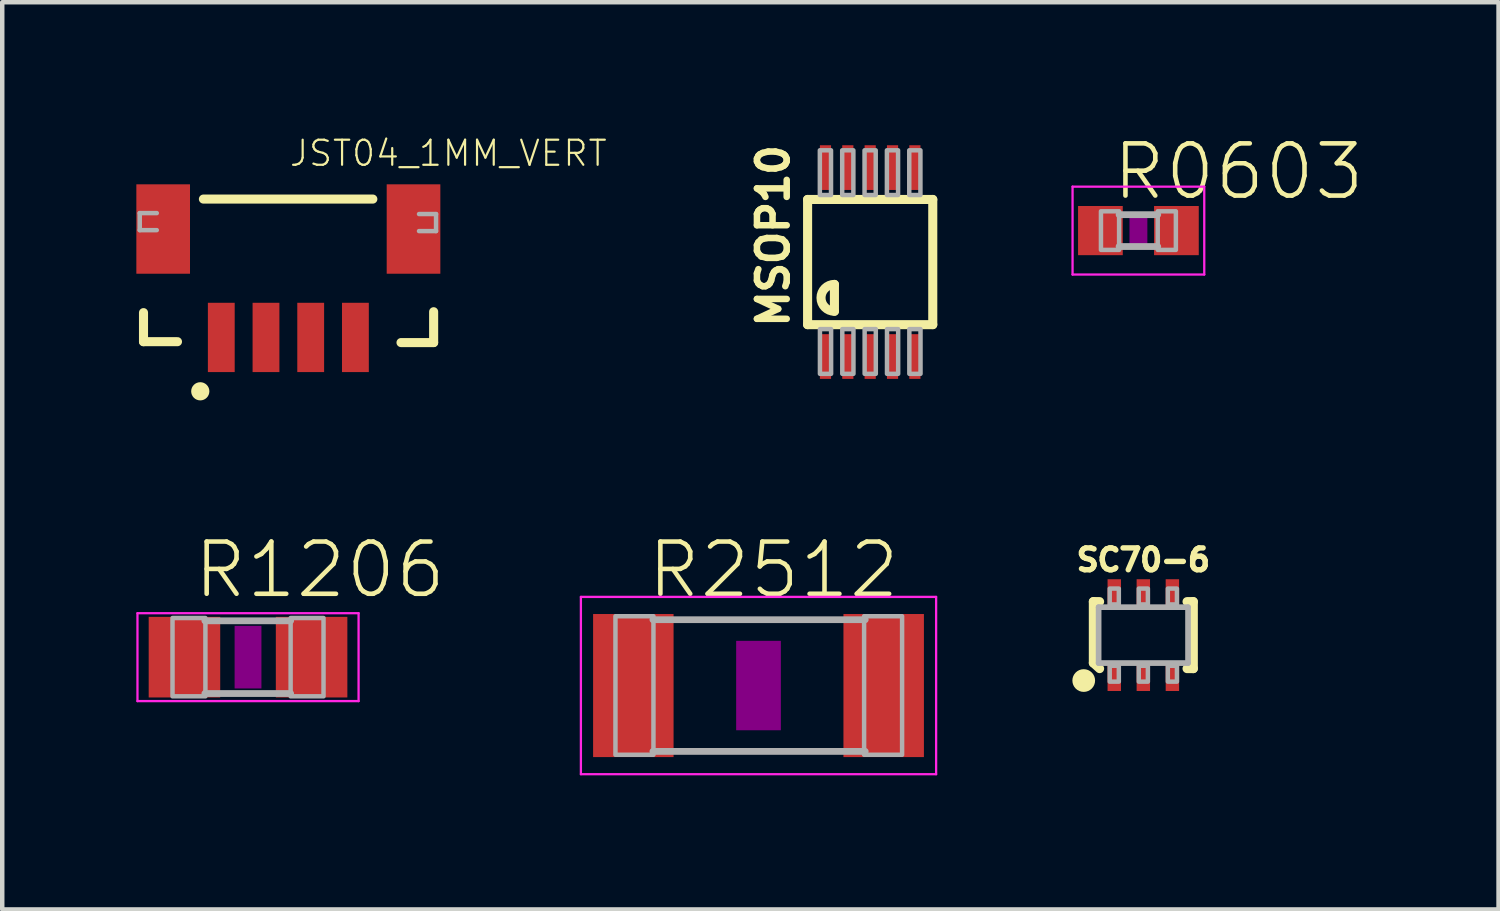
<source format=kicad_pcb>
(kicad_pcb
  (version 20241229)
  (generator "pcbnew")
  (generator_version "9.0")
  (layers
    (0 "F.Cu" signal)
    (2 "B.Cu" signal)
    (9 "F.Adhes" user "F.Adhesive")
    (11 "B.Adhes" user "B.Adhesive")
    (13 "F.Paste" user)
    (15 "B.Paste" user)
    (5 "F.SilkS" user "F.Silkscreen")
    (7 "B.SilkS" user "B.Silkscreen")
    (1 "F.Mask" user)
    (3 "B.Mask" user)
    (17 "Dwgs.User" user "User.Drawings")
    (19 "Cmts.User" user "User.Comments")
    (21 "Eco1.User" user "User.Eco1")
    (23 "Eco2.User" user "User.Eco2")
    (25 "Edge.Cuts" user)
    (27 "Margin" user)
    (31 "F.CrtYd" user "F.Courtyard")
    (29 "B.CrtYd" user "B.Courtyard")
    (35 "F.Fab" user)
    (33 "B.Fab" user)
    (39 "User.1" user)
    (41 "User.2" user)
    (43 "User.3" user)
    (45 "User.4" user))
  (footprint "R2512"
    (layer "F.Cu")
    (at 13.917 12.285)
    (property "Reference" "R2512" (at -2.54 -1.905 0) (layer "F.SilkS") (effects (font (size 1.168 1.168) (thickness 0.102)) (justify left bottom)))
    (attr smd)
    (fp_poly (pts (xy -0.5 1) (xy 0.5 1) (xy 0.5 -1) (xy -0.5 -1)) (stroke (width 0) (type default)) (fill yes) (layer "F.Adhes"))
    (fp_line (start -3.973 -1.983) (end 3.973 -1.983) (stroke (width 0.051) (type solid)) (layer "F.CrtYd"))
    (fp_line (start -3.973 1.983) (end -3.973 -1.983) (stroke (width 0.051) (type solid)) (layer "F.CrtYd"))
    (fp_line (start 3.973 -1.983) (end 3.973 1.983) (stroke (width 0.051) (type solid)) (layer "F.CrtYd"))
    (fp_line (start 3.973 1.983) (end -3.973 1.983) (stroke (width 0.051) (type solid)) (layer "F.CrtYd"))
    (fp_line (start -2.362 -1.473) (end 2.387 -1.473) (stroke (width 0.152) (type solid)) (layer "F.Fab"))
    (fp_line (start -2.362 1.473) (end 2.387 1.473) (stroke (width 0.152) (type solid)) (layer "F.Fab"))
    (fp_poly (pts (xy -3.2 1.549) (xy -2.35 1.549) (xy -2.35 -1.551) (xy -3.2 -1.551)) (stroke (width 0.1) (type default)) (fill no) (layer "F.Fab"))
    (fp_poly (pts (xy 2.362 1.549) (xy 3.212 1.549) (xy 3.212 -1.551) (xy 2.362 -1.551)) (stroke (width 0.1) (type default)) (fill no) (layer "F.Fab"))
    (pad "1" smd rect (at -2.8 0) (size 1.8 3.2) (layers "F.Cu" "F.Mask" "F.Paste"))
    (pad "2" smd rect (at 2.8 0) (size 1.8 3.2) (layers "F.Cu" "F.Mask" "F.Paste")))
  (footprint "MSOP10"
    (layer "F.Cu")
    (at 16.415 2.812)
    (property "Reference" "MSOP10" (at -1.778 1.524 90) (layer "F.SilkS") (effects (font (size 0.666 0.666) (thickness 0.146)) (justify left bottom)))
    (attr smd)
    (fp_line (start -1.4 -1.4) (end 1.4 -1.4) (stroke (width 0.203) (type solid)) (layer "F.SilkS"))
    (fp_line (start -1.4 1.4) (end -1.4 -1.4) (stroke (width 0.203) (type solid)) (layer "F.SilkS"))
    (fp_line (start -0.8 0.5) (end -0.8 1.1) (stroke (width 0.203) (type solid)) (layer "F.SilkS"))
    (fp_line (start 1.4 -1.4) (end 1.4 1.4) (stroke (width 0.203) (type solid)) (layer "F.SilkS"))
    (fp_line (start 1.4 1.4) (end -1.4 1.4) (stroke (width 0.203) (type solid)) (layer "F.SilkS"))
    (fp_arc (start -0.8 1.1) (mid -1.1 0.8) (end -0.8 0.5) (stroke (width 0.2032) (type solid)) (layer "F.SilkS"))
    (fp_poly (pts (xy -1.124 2.5) (xy -0.874 2.5) (xy -0.874 1.5) (xy -1.124 1.5)) (stroke (width 0.1) (type default)) (fill no) (layer "F.Fab"))
    (fp_poly (pts (xy -0.876 -2.5) (xy -1.126 -2.5) (xy -1.126 -1.5) (xy -0.876 -1.5)) (stroke (width 0.1) (type default)) (fill no) (layer "F.Fab"))
    (fp_poly (pts (xy -0.624 2.5) (xy -0.374 2.5) (xy -0.374 1.5) (xy -0.624 1.5)) (stroke (width 0.1) (type default)) (fill no) (layer "F.Fab"))
    (fp_poly (pts (xy -0.376 -2.5) (xy -0.626 -2.5) (xy -0.626 -1.5) (xy -0.376 -1.5)) (stroke (width 0.1) (type default)) (fill no) (layer "F.Fab"))
    (fp_poly (pts (xy -0.124 2.5) (xy 0.126 2.5) (xy 0.126 1.5) (xy -0.124 1.5)) (stroke (width 0.1) (type default)) (fill no) (layer "F.Fab"))
    (fp_poly (pts (xy 0.124 -2.5) (xy -0.126 -2.5) (xy -0.126 -1.5) (xy 0.124 -1.5)) (stroke (width 0.1) (type default)) (fill no) (layer "F.Fab"))
    (fp_poly (pts (xy 0.376 2.5) (xy 0.626 2.5) (xy 0.626 1.5) (xy 0.376 1.5)) (stroke (width 0.1) (type default)) (fill no) (layer "F.Fab"))
    (fp_poly (pts (xy 0.624 -2.5) (xy 0.374 -2.5) (xy 0.374 -1.5) (xy 0.624 -1.5)) (stroke (width 0.1) (type default)) (fill no) (layer "F.Fab"))
    (fp_poly (pts (xy 0.876 2.5) (xy 1.126 2.5) (xy 1.126 1.5) (xy 0.876 1.5)) (stroke (width 0.1) (type default)) (fill no) (layer "F.Fab"))
    (fp_poly (pts (xy 1.124 -2.5) (xy 0.874 -2.5) (xy 0.874 -1.5) (xy 1.124 -1.5)) (stroke (width 0.1) (type default)) (fill no) (layer "F.Fab"))
    (pad "1" smd rect (at -1 2.113) (size 0.25 1) (layers "F.Cu" "F.Mask" "F.Paste"))
    (pad "2" smd rect (at -0.5 2.113) (size 0.25 1) (layers "F.Cu" "F.Mask" "F.Paste"))
    (pad "3" smd rect (at 0 2.113) (size 0.25 1) (layers "F.Cu" "F.Mask" "F.Paste"))
    (pad "4" smd rect (at 0.5 2.113) (size 0.25 1) (layers "F.Cu" "F.Mask" "F.Paste"))
    (pad "5" smd rect (at 1 2.113) (size 0.25 1) (layers "F.Cu" "F.Mask" "F.Paste"))
    (pad "6" smd rect (at 1 -2.113 180) (size 0.25 1) (layers "F.Cu" "F.Mask" "F.Paste"))
    (pad "7" smd rect (at 0.5 -2.113 180) (size 0.25 1) (layers "F.Cu" "F.Mask" "F.Paste"))
    (pad "8" smd rect (at 0 -2.113 180) (size 0.25 1) (layers "F.Cu" "F.Mask" "F.Paste"))
    (pad "9" smd rect (at -0.5 -2.113 180) (size 0.25 1) (layers "F.Cu" "F.Mask" "F.Paste"))
    (pad "10" smd rect (at -1 -2.113 180) (size 0.25 1) (layers "F.Cu" "F.Mask" "F.Paste")))
  (footprint "SC70-6"
    (layer "F.Cu")
    (at 22.525 11.157)
    (property "Reference" "SC70-6" (at 0 -1.397 0) (layer "F.SilkS") (effects (font (size 0.488 0.488) (thickness 0.122)) (justify bottom)))
    (attr smd)
    (fp_line (start -1.118 -0.749) (end -1.118 0.622) (stroke (width 0.203) (type solid)) (layer "F.SilkS"))
    (fp_line (start -1.118 0.622) (end -0.978 0.749) (stroke (width 0.203) (type solid)) (layer "F.SilkS"))
    (fp_line (start -0.978 -0.749) (end -1.118 -0.749) (stroke (width 0.203) (type solid)) (layer "F.SilkS"))
    (fp_line (start 0.978 0.749) (end 1.118 0.749) (stroke (width 0.203) (type solid)) (layer "F.SilkS"))
    (fp_line (start 1.118 -0.749) (end 0.978 -0.749) (stroke (width 0.203) (type solid)) (layer "F.SilkS"))
    (fp_line (start 1.118 0.749) (end 1.118 -0.749) (stroke (width 0.203) (type solid)) (layer "F.SilkS"))
    (fp_circle (center -1.333 1.016) (end -1.206 1.016) (stroke (width 0.254) (type solid)) (fill yes) (layer "F.SilkS"))
    (fp_line (start -1 -0.625) (end -1 0.625) (stroke (width 0.127) (type solid)) (layer "F.Fab"))
    (fp_line (start -1 0.625) (end 1 0.625) (stroke (width 0.127) (type solid)) (layer "F.Fab"))
    (fp_line (start 1 -0.625) (end -1 -0.625) (stroke (width 0.127) (type solid)) (layer "F.Fab"))
    (fp_line (start 1 0.625) (end 1 -0.625) (stroke (width 0.127) (type solid)) (layer "F.Fab"))
    (fp_poly (pts (xy -0.752 -0.686) (xy -0.548 -0.686) (xy -0.548 -1.041) (xy -0.752 -1.041)) (stroke (width 0.1) (type default)) (fill no) (layer "F.Fab"))
    (fp_poly (pts (xy -0.752 1.041) (xy -0.548 1.041) (xy -0.548 0.686) (xy -0.752 0.686)) (stroke (width 0.1) (type default)) (fill no) (layer "F.Fab"))
    (fp_poly (pts (xy -0.102 -0.686) (xy 0.102 -0.686) (xy 0.102 -1.041) (xy -0.102 -1.041)) (stroke (width 0.1) (type default)) (fill no) (layer "F.Fab"))
    (fp_poly (pts (xy -0.102 1.041) (xy 0.102 1.041) (xy 0.102 0.686) (xy -0.102 0.686)) (stroke (width 0.1) (type default)) (fill no) (layer "F.Fab"))
    (fp_poly (pts (xy 0.548 -0.686) (xy 0.752 -0.686) (xy 0.752 -1.041) (xy 0.548 -1.041)) (stroke (width 0.1) (type default)) (fill no) (layer "F.Fab"))
    (fp_poly (pts (xy 0.548 1.041) (xy 0.752 1.041) (xy 0.752 0.686) (xy 0.548 0.686)) (stroke (width 0.1) (type default)) (fill no) (layer "F.Fab"))
    (pad "1" smd rect (at -0.65 0.92 180) (size 0.3 0.66) (layers "F.Cu" "F.Mask" "F.Paste"))
    (pad "2" smd rect (at 0 0.92 180) (size 0.3 0.66) (layers "F.Cu" "F.Mask" "F.Paste"))
    (pad "3" smd rect (at 0.65 0.92 180) (size 0.3 0.66) (layers "F.Cu" "F.Mask" "F.Paste"))
    (pad "4" smd rect (at 0.65 -0.92) (size 0.3 0.66) (layers "F.Cu" "F.Mask" "F.Paste"))
    (pad "5" smd rect (at 0 -0.92) (size 0.3 0.66) (layers "F.Cu" "F.Mask" "F.Paste"))
    (pad "6" smd rect (at -0.65 -0.92) (size 0.3 0.66) (layers "F.Cu" "F.Mask" "F.Paste")))
  (footprint "R1206"
    (layer "F.Cu")
    (at 2.498 11.65)
    (property "Reference" "R1206" (at -1.27 -1.27 0) (layer "F.SilkS") (effects (font (size 1.168 1.168) (thickness 0.102)) (justify left bottom)))
    (attr smd)
    (fp_poly (pts (xy -0.3 0.7) (xy 0.3 0.7) (xy 0.3 -0.7) (xy -0.3 -0.7)) (stroke (width 0) (type default)) (fill yes) (layer "F.Adhes"))
    (fp_line (start -2.473 -0.983) (end 2.473 -0.983) (stroke (width 0.051) (type solid)) (layer "F.CrtYd"))
    (fp_line (start -2.473 0.983) (end -2.473 -0.983) (stroke (width 0.051) (type solid)) (layer "F.CrtYd"))
    (fp_line (start 2.473 -0.983) (end 2.473 0.983) (stroke (width 0.051) (type solid)) (layer "F.CrtYd"))
    (fp_line (start 2.473 0.983) (end -2.473 0.983) (stroke (width 0.051) (type solid)) (layer "F.CrtYd"))
    (fp_line (start 0.953 -0.813) (end -0.965 -0.813) (stroke (width 0.152) (type solid)) (layer "F.Fab"))
    (fp_line (start 0.953 0.813) (end -0.965 0.813) (stroke (width 0.152) (type solid)) (layer "F.Fab"))
    (fp_poly (pts (xy -1.689 0.876) (xy -0.953 0.876) (xy -0.953 -0.876) (xy -1.689 -0.876)) (stroke (width 0.1) (type default)) (fill no) (layer "F.Fab"))
    (fp_poly (pts (xy 0.953 0.876) (xy 1.689 0.876) (xy 1.689 -0.876) (xy 0.953 -0.876)) (stroke (width 0.1) (type default)) (fill no) (layer "F.Fab"))
    (pad "1" smd rect (at -1.422 0) (size 1.6 1.803) (layers "F.Cu" "F.Mask" "F.Paste"))
    (pad "2" smd rect (at 1.422 0) (size 1.6 1.803) (layers "F.Cu" "F.Mask" "F.Paste")))
  (footprint "JST04_1MM_VERT"
    (layer "F.Cu")
    (at 3.378 5.273)
    (property "Reference" "JST04_1MM_VERT" (at 0.016 -4.566 0) (layer "F.SilkS") (effects (font (size 0.561 0.561) (thickness 0.049)) (justify left bottom)))
    (attr smd)
    (fp_line (start -3.218 -1.33) (end -3.218 -0.68) (stroke (width 0.203) (type solid)) (layer "F.SilkS"))
    (fp_line (start -3.218 -0.68) (end -2.458 -0.68) (stroke (width 0.203) (type solid)) (layer "F.SilkS"))
    (fp_line (start 1.912 -3.87) (end -1.878 -3.87) (stroke (width 0.203) (type solid)) (layer "F.SilkS"))
    (fp_line (start 3.272 -1.35) (end 3.272 -0.66) (stroke (width 0.203) (type solid)) (layer "F.SilkS"))
    (fp_line (start 3.272 -0.66) (end 2.542 -0.66) (stroke (width 0.203) (type solid)) (layer "F.SilkS"))
    (fp_circle (center -1.948 0.43) (end -1.846 0.43) (stroke (width 0.203) (type solid)) (fill yes) (layer "F.SilkS"))
    (fp_line (start -3.302 -3.556) (end -3.302 -3.175) (stroke (width 0.1) (type solid)) (layer "F.Fab"))
    (fp_line (start -3.302 -3.175) (end -2.921 -3.175) (stroke (width 0.1) (type solid)) (layer "F.Fab"))
    (fp_line (start -2.921 -3.556) (end -3.302 -3.556) (stroke (width 0.1) (type solid)) (layer "F.Fab"))
    (fp_line (start 2.945 -3.154) (end 3.326 -3.154) (stroke (width 0.1) (type solid)) (layer "F.Fab"))
    (fp_line (start 3.326 -3.535) (end 2.945 -3.535) (stroke (width 0.1) (type solid)) (layer "F.Fab"))
    (fp_line (start 3.326 -3.154) (end 3.326 -3.535) (stroke (width 0.1) (type solid)) (layer "F.Fab"))
    (pad "1" smd rect (at -1.478 -0.775) (size 0.6 1.55) (layers "F.Cu" "F.Mask" "F.Paste"))
    (pad "2" smd rect (at -0.478 -0.775) (size 0.6 1.55) (layers "F.Cu" "F.Mask" "F.Paste"))
    (pad "3" smd rect (at 0.522 -0.775) (size 0.6 1.55) (layers "F.Cu" "F.Mask" "F.Paste"))
    (pad "4" smd rect (at 1.522 -0.775) (size 0.6 1.55) (layers "F.Cu" "F.Mask" "F.Paste"))
    (pad "NC1" smd rect (at -2.778 -3.2) (size 1.2 2) (layers "F.Cu" "F.Mask" "F.Paste"))
    (pad "NC2" smd rect (at 2.822 -3.2) (size 1.2 2) (layers "F.Cu" "F.Mask" "F.Paste")))
  (footprint "R0603"
    (layer "F.Cu")
    (at 22.415 2.108)
    (property "Reference" "R0603" (at -0.635 -0.635 0) (layer "F.SilkS") (effects (font (size 1.168 1.168) (thickness 0.102)) (justify left bottom)))
    (attr smd)
    (fp_poly (pts (xy -0.2 0.4) (xy 0.2 0.4) (xy 0.2 -0.4) (xy -0.2 -0.4)) (stroke (width 0) (type default)) (fill yes) (layer "F.Adhes"))
    (fp_line (start -1.473 -0.983) (end 1.473 -0.983) (stroke (width 0.051) (type solid)) (layer "F.CrtYd"))
    (fp_line (start -1.473 0.983) (end -1.473 -0.983) (stroke (width 0.051) (type solid)) (layer "F.CrtYd"))
    (fp_line (start 1.473 -0.983) (end 1.473 0.983) (stroke (width 0.051) (type solid)) (layer "F.CrtYd"))
    (fp_line (start 1.473 0.983) (end -1.473 0.983) (stroke (width 0.051) (type solid)) (layer "F.CrtYd"))
    (fp_line (start -0.432 0.356) (end 0.432 0.356) (stroke (width 0.152) (type solid)) (layer "F.Fab"))
    (fp_line (start 0.432 -0.356) (end -0.432 -0.356) (stroke (width 0.152) (type solid)) (layer "F.Fab"))
    (fp_poly (pts (xy -0.838 0.432) (xy -0.432 0.432) (xy -0.432 -0.432) (xy -0.838 -0.432)) (stroke (width 0.1) (type default)) (fill no) (layer "F.Fab"))
    (fp_poly (pts (xy 0.432 0.432) (xy 0.838 0.432) (xy 0.838 -0.432) (xy 0.432 -0.432)) (stroke (width 0.1) (type default)) (fill no) (layer "F.Fab"))
    (pad "1" smd rect (at -0.85 0) (size 1 1.1) (layers "F.Cu" "F.Mask" "F.Paste"))
    (pad "2" smd rect (at 0.85 0) (size 1 1.1) (layers "F.Cu" "F.Mask" "F.Paste")))
  (gr_rect
    (start -3 -3)
    (end 30.471 17.293)
    (stroke (width 0.1) (type default))
    (fill no)
    (layer "Edge.Cuts")))
</source>
